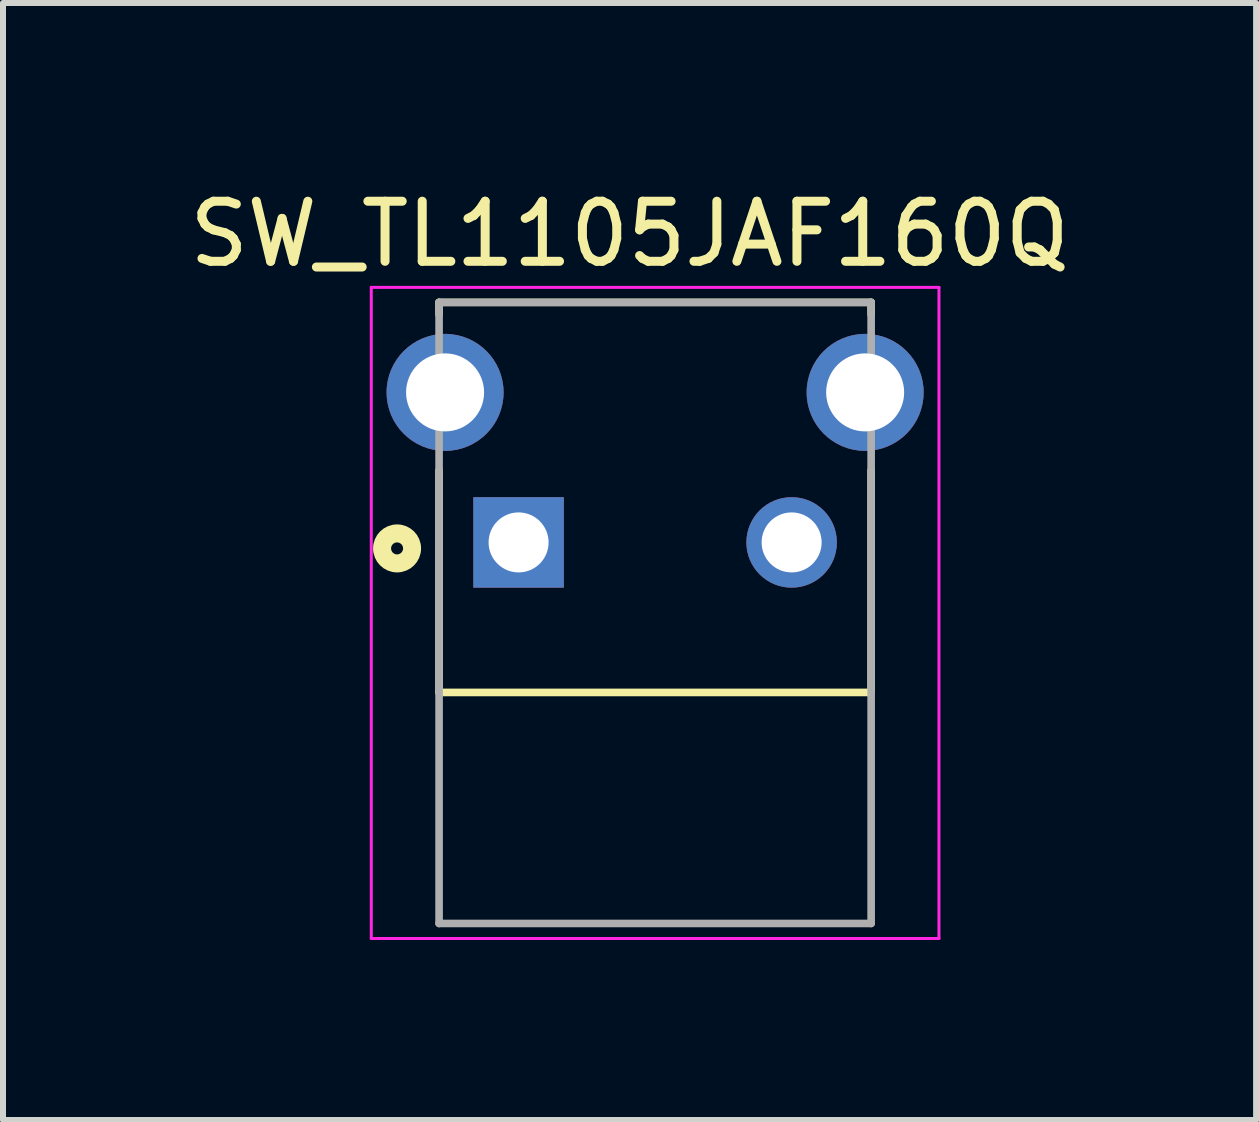
<source format=kicad_pcb>
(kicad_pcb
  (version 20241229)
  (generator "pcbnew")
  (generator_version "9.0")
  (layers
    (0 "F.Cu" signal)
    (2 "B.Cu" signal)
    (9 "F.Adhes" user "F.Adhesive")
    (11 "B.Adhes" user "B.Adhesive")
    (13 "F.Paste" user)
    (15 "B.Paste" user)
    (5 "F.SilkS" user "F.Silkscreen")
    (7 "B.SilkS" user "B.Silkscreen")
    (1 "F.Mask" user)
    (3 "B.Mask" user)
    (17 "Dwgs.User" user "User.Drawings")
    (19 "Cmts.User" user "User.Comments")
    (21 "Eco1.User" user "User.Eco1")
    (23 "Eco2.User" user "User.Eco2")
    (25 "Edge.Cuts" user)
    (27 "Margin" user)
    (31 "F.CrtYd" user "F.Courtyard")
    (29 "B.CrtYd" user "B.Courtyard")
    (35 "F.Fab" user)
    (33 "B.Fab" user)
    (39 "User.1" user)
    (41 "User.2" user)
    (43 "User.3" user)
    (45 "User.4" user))
  (footprint "SW_TL1105JAF160Q"
    (layer "F.Cu")
    (at 7.867 5.989)
    (property "Reference" "SW_TL1105JAF160Q" (at -0.425 -5.14 0) (layer "F.SilkS") (effects (font (size 1.001 1.001) (thickness 0.15))))
    (attr through_hole)
    (fp_line (start -3.6 -4) (end -3.6 -3.8) (stroke (width 0.127) (type solid)) (layer "F.SilkS"))
    (fp_line (start -3.6 -4) (end 3.6 -4) (stroke (width 0.127) (type solid)) (layer "F.SilkS"))
    (fp_line (start -3.6 2.5) (end -3.6 -1.2) (stroke (width 0.127) (type solid)) (layer "F.SilkS"))
    (fp_line (start 3.6 -4) (end 3.6 -3.8) (stroke (width 0.127) (type solid)) (layer "F.SilkS"))
    (fp_line (start 3.6 2.5) (end -3.6 2.5) (stroke (width 0.127) (type solid)) (layer "F.SilkS"))
    (fp_line (start 3.6 2.5) (end 3.6 -1.2) (stroke (width 0.127) (type solid)) (layer "F.SilkS"))
    (fp_circle (center -4.3 0.1) (end -4.2 0.1) (stroke (width 0.3) (type solid)) (fill no) (layer "F.SilkS"))
    (fp_line (start -4.73 -4.25) (end 4.73 -4.25) (stroke (width 0.05) (type solid)) (layer "F.CrtYd"))
    (fp_line (start -4.73 6.6) (end -4.73 -4.25) (stroke (width 0.05) (type solid)) (layer "F.CrtYd"))
    (fp_line (start 4.73 -4.25) (end 4.73 6.6) (stroke (width 0.05) (type solid)) (layer "F.CrtYd"))
    (fp_line (start 4.73 6.6) (end -4.73 6.6) (stroke (width 0.05) (type solid)) (layer "F.CrtYd"))
    (fp_line (start -3.6 -4) (end 3.6 -4) (stroke (width 0.127) (type solid)) (layer "F.Fab"))
    (fp_line (start -3.6 6.35) (end -3.6 -4) (stroke (width 0.127) (type solid)) (layer "F.Fab"))
    (fp_line (start 3.6 -4) (end 3.6 6.35) (stroke (width 0.127) (type solid)) (layer "F.Fab"))
    (fp_line (start 3.6 6.35) (end -3.6 6.35) (stroke (width 0.127) (type solid)) (layer "F.Fab"))
    (pad "1" thru_hole rect (at -2.275 0) (size 1.508 1.508) (drill 1) (layers "*.Cu" "*.Mask"))
    (pad "2" thru_hole circle (at 2.275 0) (size 1.508 1.508) (drill 1) (layers "*.Cu" "*.Mask"))
    (pad "S1" thru_hole circle (at -3.5 -2.5) (size 1.95 1.95) (drill 1.3) (layers "*.Cu" "*.Mask"))
    (pad "S2" thru_hole circle (at 3.5 -2.5) (size 1.95 1.95) (drill 1.3) (layers "*.Cu" "*.Mask")))
  (gr_rect
    (start -3 -3)
    (end 17.882 15.614)
    (stroke (width 0.1) (type default))
    (fill no)
    (layer "Edge.Cuts")))
</source>
